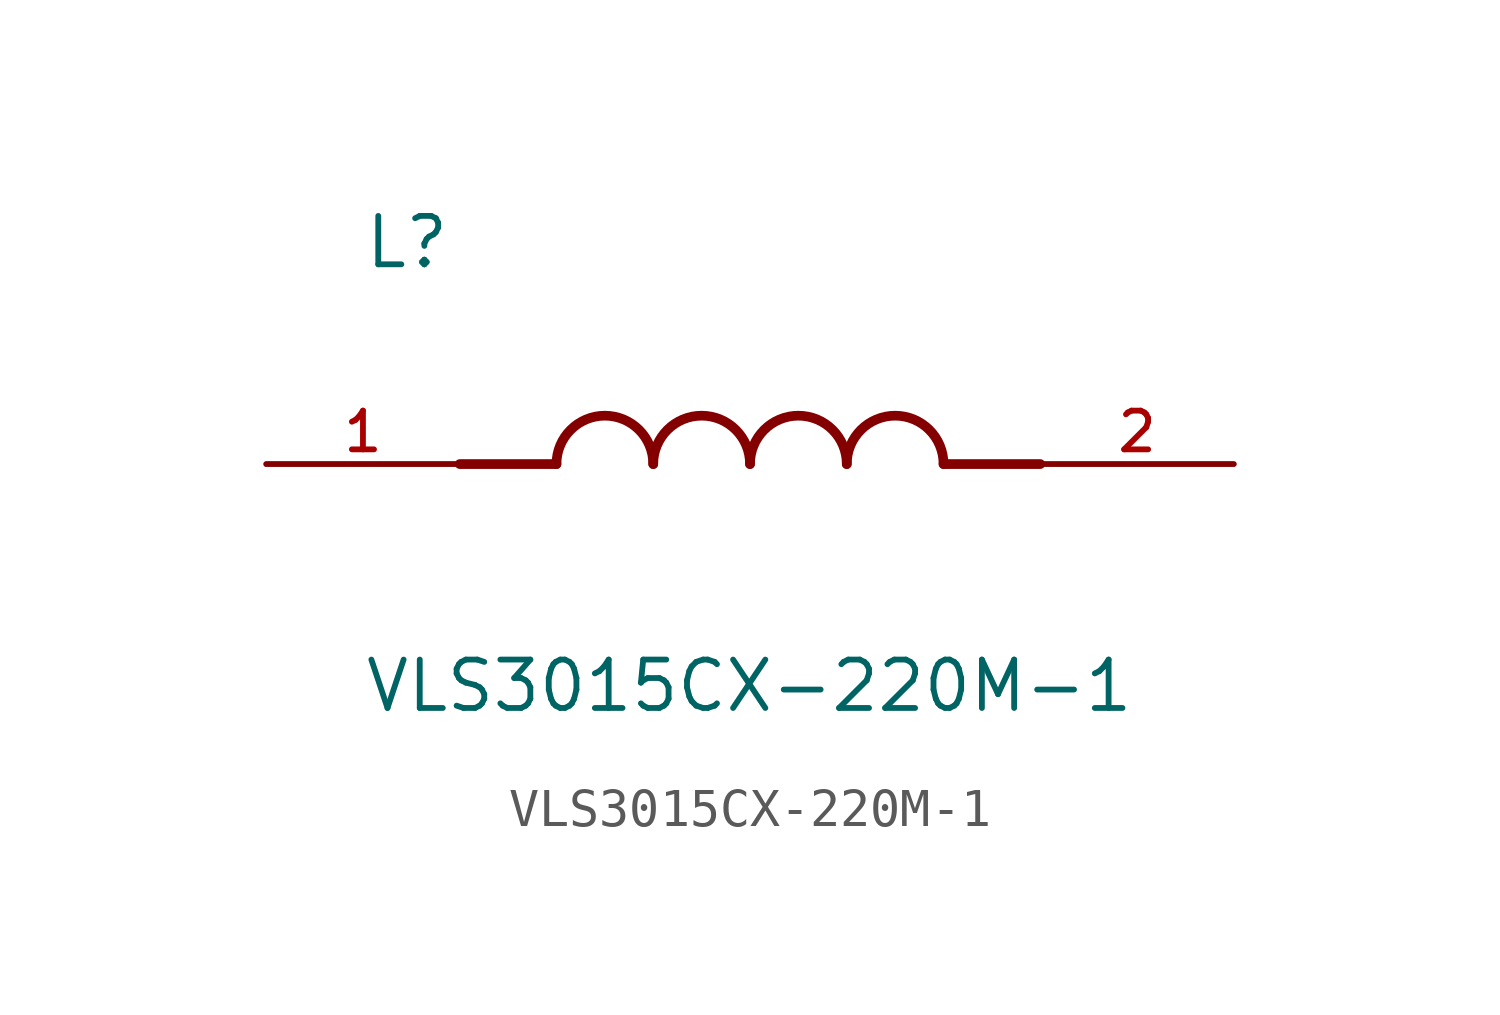
<source format=kicad_sym>
(kicad_symbol_lib
  (version 20211014)
  (generator kicad_symbol_editor)
  (symbol "VLS3015CX-220M-1"
    (pin_names
      (offset 1.016))
    (property "Reference" "L"
      (at -10.16 5.08 0)
      (effects (font (size 1.27 1.27)) (justify bottom left)))
    (property "Value" "VLS3015CX-220M-1"
      (at -10.16 -5.08 0)
      (effects (font (size 1.27 1.27)) (justify top left)))
    (symbol "VLS3015CX-220M-1_0_0"
      (polyline (pts (xy -5.08 0.0) (xy -7.62 0.0)) (stroke (width 0.254)))
      (polyline (pts (xy 5.08 0.0) (xy 7.62 0.0)) (stroke (width 0.254)))
      (arc (start -2.54 0.0) (mid -3.81 1.27) (end -5.08 0.0) (stroke (width 0.254) (type default) (color 0 0 0 0)) (fill (type none)))
      (arc (start 0.0 0.0) (mid -1.27 1.27) (end -2.54 0.0) (stroke (width 0.254) (type default) (color 0 0 0 0)) (fill (type none)))
      (arc (start 2.54 0.0) (mid 1.27 1.27) (end 0.0 0.0) (stroke (width 0.254) (type default) (color 0 0 0 0)) (fill (type none)))
      (arc (start 5.08 0.0) (mid 3.81 1.27) (end 2.54 0.0) (stroke (width 0.254) (type default) (color 0 0 0 0)) (fill (type none)))
      (pin passive line (at -12.7 0.0 0) (length 5.08) (name "~" (effects (font (size 1.016 1.016)))) (number "1" (effects (font (size 1.016 1.016)))))
      (pin passive line (at 12.7 0.0 180.0) (length 5.08) (name "~" (effects (font (size 1.016 1.016)))) (number "2" (effects (font (size 1.016 1.016))))))))
</source>
